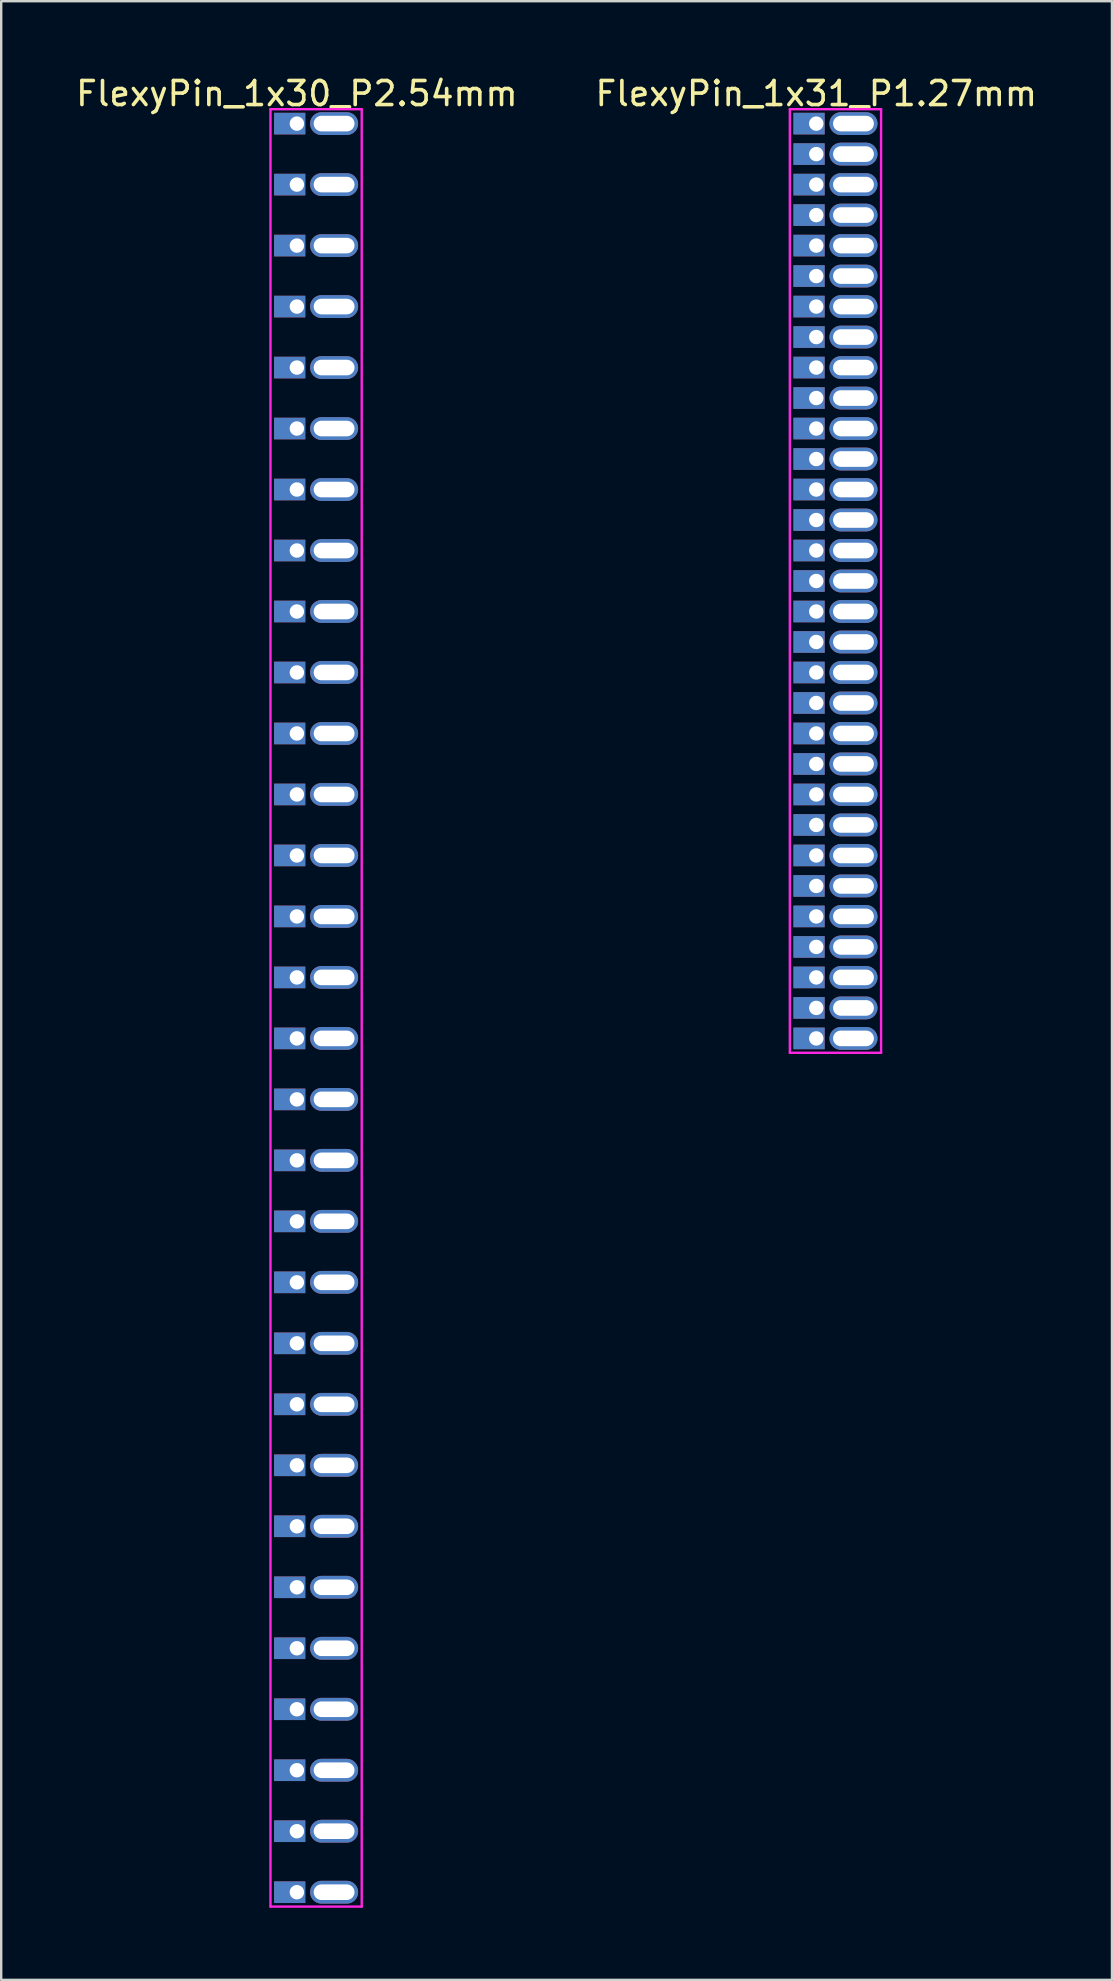
<source format=kicad_pcb>
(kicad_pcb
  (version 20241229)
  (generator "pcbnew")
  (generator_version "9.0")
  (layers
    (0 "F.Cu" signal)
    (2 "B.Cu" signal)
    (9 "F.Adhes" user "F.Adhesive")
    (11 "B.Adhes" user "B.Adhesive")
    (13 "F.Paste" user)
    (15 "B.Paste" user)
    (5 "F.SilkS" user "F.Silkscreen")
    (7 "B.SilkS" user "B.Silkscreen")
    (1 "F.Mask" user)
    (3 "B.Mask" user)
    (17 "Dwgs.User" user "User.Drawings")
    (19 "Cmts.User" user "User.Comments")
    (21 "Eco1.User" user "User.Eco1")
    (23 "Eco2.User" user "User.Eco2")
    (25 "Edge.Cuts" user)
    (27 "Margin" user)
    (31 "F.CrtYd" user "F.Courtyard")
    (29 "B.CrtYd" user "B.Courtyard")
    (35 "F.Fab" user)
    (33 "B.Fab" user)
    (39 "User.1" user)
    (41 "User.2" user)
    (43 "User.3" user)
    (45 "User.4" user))
  (footprint "FlexyPin_1x30_P2.54mm"
    (layer "F.Cu")
    (at 9.315 2.098)
    (property "Reference" "FlexyPin_1x30_P2.54mm" (at 0 -1.25 0) (layer "F.SilkS") (effects (font (size 1 1) (thickness 0.15))))
    (attr through_hole)
    (fp_line (start -1.1 -0.6) (end 2.7 -0.6) (stroke (width 0.1) (type solid)) (layer "F.CrtYd"))
    (fp_line (start -1.1 74.26) (end -1.1 -0.6) (stroke (width 0.1) (type solid)) (layer "F.CrtYd"))
    (fp_line (start 2.7 -0.6) (end 2.7 74.26) (stroke (width 0.1) (type solid)) (layer "F.CrtYd"))
    (fp_line (start 2.7 74.26) (end -1.1 74.26) (stroke (width 0.1) (type solid)) (layer "F.CrtYd"))
    (pad "" thru_hole oval (at 1.55 0) (size 2 0.95) (drill oval 1.7 0.65) (layers "*.Cu" "*.Mask"))
    (pad "" thru_hole oval (at 1.55 2.54) (size 2 0.95) (drill oval 1.7 0.65) (layers "*.Cu" "*.Mask"))
    (pad "" thru_hole oval (at 1.55 5.08) (size 2 0.95) (drill oval 1.7 0.65) (layers "*.Cu" "*.Mask"))
    (pad "" thru_hole oval (at 1.55 7.62) (size 2 0.95) (drill oval 1.7 0.65) (layers "*.Cu" "*.Mask"))
    (pad "" thru_hole oval (at 1.55 10.16) (size 2 0.95) (drill oval 1.7 0.65) (layers "*.Cu" "*.Mask"))
    (pad "" thru_hole oval (at 1.55 12.7) (size 2 0.95) (drill oval 1.7 0.65) (layers "*.Cu" "*.Mask"))
    (pad "" thru_hole oval (at 1.55 15.24) (size 2 0.95) (drill oval 1.7 0.65) (layers "*.Cu" "*.Mask"))
    (pad "" thru_hole oval (at 1.55 17.78) (size 2 0.95) (drill oval 1.7 0.65) (layers "*.Cu" "*.Mask"))
    (pad "" thru_hole oval (at 1.55 20.32) (size 2 0.95) (drill oval 1.7 0.65) (layers "*.Cu" "*.Mask"))
    (pad "" thru_hole oval (at 1.55 22.86) (size 2 0.95) (drill oval 1.7 0.65) (layers "*.Cu" "*.Mask"))
    (pad "" thru_hole oval (at 1.55 25.4) (size 2 0.95) (drill oval 1.7 0.65) (layers "*.Cu" "*.Mask"))
    (pad "" thru_hole oval (at 1.55 27.94) (size 2 0.95) (drill oval 1.7 0.65) (layers "*.Cu" "*.Mask"))
    (pad "" thru_hole oval (at 1.55 30.48) (size 2 0.95) (drill oval 1.7 0.65) (layers "*.Cu" "*.Mask"))
    (pad "" thru_hole oval (at 1.55 33.02) (size 2 0.95) (drill oval 1.7 0.65) (layers "*.Cu" "*.Mask"))
    (pad "" thru_hole oval (at 1.55 35.56) (size 2 0.95) (drill oval 1.7 0.65) (layers "*.Cu" "*.Mask"))
    (pad "" thru_hole oval (at 1.55 38.1) (size 2 0.95) (drill oval 1.7 0.65) (layers "*.Cu" "*.Mask"))
    (pad "" thru_hole oval (at 1.55 40.64) (size 2 0.95) (drill oval 1.7 0.65) (layers "*.Cu" "*.Mask"))
    (pad "" thru_hole oval (at 1.55 43.18) (size 2 0.95) (drill oval 1.7 0.65) (layers "*.Cu" "*.Mask"))
    (pad "" thru_hole oval (at 1.55 45.72) (size 2 0.95) (drill oval 1.7 0.65) (layers "*.Cu" "*.Mask"))
    (pad "" thru_hole oval (at 1.55 48.26) (size 2 0.95) (drill oval 1.7 0.65) (layers "*.Cu" "*.Mask"))
    (pad "" thru_hole oval (at 1.55 50.8) (size 2 0.95) (drill oval 1.7 0.65) (layers "*.Cu" "*.Mask"))
    (pad "" thru_hole oval (at 1.55 53.34) (size 2 0.95) (drill oval 1.7 0.65) (layers "*.Cu" "*.Mask"))
    (pad "" thru_hole oval (at 1.55 55.88) (size 2 0.95) (drill oval 1.7 0.65) (layers "*.Cu" "*.Mask"))
    (pad "" thru_hole oval (at 1.55 58.42) (size 2 0.95) (drill oval 1.7 0.65) (layers "*.Cu" "*.Mask"))
    (pad "" thru_hole oval (at 1.55 60.96) (size 2 0.95) (drill oval 1.7 0.65) (layers "*.Cu" "*.Mask"))
    (pad "" thru_hole oval (at 1.55 63.5) (size 2 0.95) (drill oval 1.7 0.65) (layers "*.Cu" "*.Mask"))
    (pad "" thru_hole oval (at 1.55 66.04) (size 2 0.95) (drill oval 1.7 0.65) (layers "*.Cu" "*.Mask"))
    (pad "" thru_hole oval (at 1.55 68.58) (size 2 0.95) (drill oval 1.7 0.65) (layers "*.Cu" "*.Mask"))
    (pad "" thru_hole oval (at 1.55 71.12) (size 2 0.95) (drill oval 1.7 0.65) (layers "*.Cu" "*.Mask"))
    (pad "" thru_hole oval (at 1.55 73.66) (size 2 0.95) (drill oval 1.7 0.65) (layers "*.Cu" "*.Mask"))
    (pad "1" thru_hole rect (at 0 0) (size 1.3 0.9) (drill 0.6 (offset -0.3 0)) (layers "*.Cu" "*.Mask"))
    (pad "2" thru_hole rect (at 0 2.54) (size 1.3 0.9) (drill 0.6 (offset -0.3 0)) (layers "*.Cu" "*.Mask"))
    (pad "3" thru_hole rect (at 0 5.08) (size 1.3 0.9) (drill 0.6 (offset -0.3 0)) (layers "*.Cu" "*.Mask"))
    (pad "4" thru_hole rect (at 0 7.62) (size 1.3 0.9) (drill 0.6 (offset -0.3 0)) (layers "*.Cu" "*.Mask"))
    (pad "5" thru_hole rect (at 0 10.16) (size 1.3 0.9) (drill 0.6 (offset -0.3 0)) (layers "*.Cu" "*.Mask"))
    (pad "6" thru_hole rect (at 0 12.7) (size 1.3 0.9) (drill 0.6 (offset -0.3 0)) (layers "*.Cu" "*.Mask"))
    (pad "7" thru_hole rect (at 0 15.24) (size 1.3 0.9) (drill 0.6 (offset -0.3 0)) (layers "*.Cu" "*.Mask"))
    (pad "8" thru_hole rect (at 0 17.78) (size 1.3 0.9) (drill 0.6 (offset -0.3 0)) (layers "*.Cu" "*.Mask"))
    (pad "9" thru_hole rect (at 0 20.32) (size 1.3 0.9) (drill 0.6 (offset -0.3 0)) (layers "*.Cu" "*.Mask"))
    (pad "10" thru_hole rect (at 0 22.86) (size 1.3 0.9) (drill 0.6 (offset -0.3 0)) (layers "*.Cu" "*.Mask"))
    (pad "11" thru_hole rect (at 0 25.4) (size 1.3 0.9) (drill 0.6 (offset -0.3 0)) (layers "*.Cu" "*.Mask"))
    (pad "12" thru_hole rect (at 0 27.94) (size 1.3 0.9) (drill 0.6 (offset -0.3 0)) (layers "*.Cu" "*.Mask"))
    (pad "13" thru_hole rect (at 0 30.48) (size 1.3 0.9) (drill 0.6 (offset -0.3 0)) (layers "*.Cu" "*.Mask"))
    (pad "14" thru_hole rect (at 0 33.02) (size 1.3 0.9) (drill 0.6 (offset -0.3 0)) (layers "*.Cu" "*.Mask"))
    (pad "15" thru_hole rect (at 0 35.56) (size 1.3 0.9) (drill 0.6 (offset -0.3 0)) (layers "*.Cu" "*.Mask"))
    (pad "16" thru_hole rect (at 0 38.1) (size 1.3 0.9) (drill 0.6 (offset -0.3 0)) (layers "*.Cu" "*.Mask"))
    (pad "17" thru_hole rect (at 0 40.64) (size 1.3 0.9) (drill 0.6 (offset -0.3 0)) (layers "*.Cu" "*.Mask"))
    (pad "18" thru_hole rect (at 0 43.18) (size 1.3 0.9) (drill 0.6 (offset -0.3 0)) (layers "*.Cu" "*.Mask"))
    (pad "19" thru_hole rect (at 0 45.72) (size 1.3 0.9) (drill 0.6 (offset -0.3 0)) (layers "*.Cu" "*.Mask"))
    (pad "20" thru_hole rect (at 0 48.26) (size 1.3 0.9) (drill 0.6 (offset -0.3 0)) (layers "*.Cu" "*.Mask"))
    (pad "21" thru_hole rect (at 0 50.8) (size 1.3 0.9) (drill 0.6 (offset -0.3 0)) (layers "*.Cu" "*.Mask"))
    (pad "22" thru_hole rect (at 0 53.34) (size 1.3 0.9) (drill 0.6 (offset -0.3 0)) (layers "*.Cu" "*.Mask"))
    (pad "23" thru_hole rect (at 0 55.88) (size 1.3 0.9) (drill 0.6 (offset -0.3 0)) (layers "*.Cu" "*.Mask"))
    (pad "24" thru_hole rect (at 0 58.42) (size 1.3 0.9) (drill 0.6 (offset -0.3 0)) (layers "*.Cu" "*.Mask"))
    (pad "25" thru_hole rect (at 0 60.96) (size 1.3 0.9) (drill 0.6 (offset -0.3 0)) (layers "*.Cu" "*.Mask"))
    (pad "26" thru_hole rect (at 0 63.5) (size 1.3 0.9) (drill 0.6 (offset -0.3 0)) (layers "*.Cu" "*.Mask"))
    (pad "27" thru_hole rect (at 0 66.04) (size 1.3 0.9) (drill 0.6 (offset -0.3 0)) (layers "*.Cu" "*.Mask"))
    (pad "28" thru_hole rect (at 0 68.58) (size 1.3 0.9) (drill 0.6 (offset -0.3 0)) (layers "*.Cu" "*.Mask"))
    (pad "29" thru_hole rect (at 0 71.12) (size 1.3 0.9) (drill 0.6 (offset -0.3 0)) (layers "*.Cu" "*.Mask"))
    (pad "30" thru_hole rect (at 0 73.66) (size 1.3 0.9) (drill 0.6 (offset -0.3 0)) (layers "*.Cu" "*.Mask")))
  (footprint "FlexyPin_1x31_P1.27mm"
    (layer "F.Cu")
    (at 30.946 2.098)
    (property "Reference" "FlexyPin_1x31_P1.27mm" (at 0 -1.25 0) (layer "F.SilkS") (effects (font (size 1 1) (thickness 0.15))))
    (attr through_hole)
    (fp_line (start -1.1 -0.6) (end 2.7 -0.6) (stroke (width 0.1) (type solid)) (layer "F.CrtYd"))
    (fp_line (start -1.1 38.7) (end -1.1 -0.6) (stroke (width 0.1) (type solid)) (layer "F.CrtYd"))
    (fp_line (start 2.7 -0.6) (end 2.7 38.7) (stroke (width 0.1) (type solid)) (layer "F.CrtYd"))
    (fp_line (start 2.7 38.7) (end -1.1 38.7) (stroke (width 0.1) (type solid)) (layer "F.CrtYd"))
    (pad "" thru_hole oval (at 1.55 0) (size 2 0.95) (drill oval 1.7 0.65) (layers "*.Cu" "*.Mask"))
    (pad "" thru_hole oval (at 1.55 1.27) (size 2 0.95) (drill oval 1.7 0.65) (layers "*.Cu" "*.Mask"))
    (pad "" thru_hole oval (at 1.55 2.54) (size 2 0.95) (drill oval 1.7 0.65) (layers "*.Cu" "*.Mask"))
    (pad "" thru_hole oval (at 1.55 3.81) (size 2 0.95) (drill oval 1.7 0.65) (layers "*.Cu" "*.Mask"))
    (pad "" thru_hole oval (at 1.55 5.08) (size 2 0.95) (drill oval 1.7 0.65) (layers "*.Cu" "*.Mask"))
    (pad "" thru_hole oval (at 1.55 6.35) (size 2 0.95) (drill oval 1.7 0.65) (layers "*.Cu" "*.Mask"))
    (pad "" thru_hole oval (at 1.55 7.62) (size 2 0.95) (drill oval 1.7 0.65) (layers "*.Cu" "*.Mask"))
    (pad "" thru_hole oval (at 1.55 8.89) (size 2 0.95) (drill oval 1.7 0.65) (layers "*.Cu" "*.Mask"))
    (pad "" thru_hole oval (at 1.55 10.16) (size 2 0.95) (drill oval 1.7 0.65) (layers "*.Cu" "*.Mask"))
    (pad "" thru_hole oval (at 1.55 11.43) (size 2 0.95) (drill oval 1.7 0.65) (layers "*.Cu" "*.Mask"))
    (pad "" thru_hole oval (at 1.55 12.7) (size 2 0.95) (drill oval 1.7 0.65) (layers "*.Cu" "*.Mask"))
    (pad "" thru_hole oval (at 1.55 13.97) (size 2 0.95) (drill oval 1.7 0.65) (layers "*.Cu" "*.Mask"))
    (pad "" thru_hole oval (at 1.55 15.24) (size 2 0.95) (drill oval 1.7 0.65) (layers "*.Cu" "*.Mask"))
    (pad "" thru_hole oval (at 1.55 16.51) (size 2 0.95) (drill oval 1.7 0.65) (layers "*.Cu" "*.Mask"))
    (pad "" thru_hole oval (at 1.55 17.78) (size 2 0.95) (drill oval 1.7 0.65) (layers "*.Cu" "*.Mask"))
    (pad "" thru_hole oval (at 1.55 19.05) (size 2 0.95) (drill oval 1.7 0.65) (layers "*.Cu" "*.Mask"))
    (pad "" thru_hole oval (at 1.55 20.32) (size 2 0.95) (drill oval 1.7 0.65) (layers "*.Cu" "*.Mask"))
    (pad "" thru_hole oval (at 1.55 21.59) (size 2 0.95) (drill oval 1.7 0.65) (layers "*.Cu" "*.Mask"))
    (pad "" thru_hole oval (at 1.55 22.86) (size 2 0.95) (drill oval 1.7 0.65) (layers "*.Cu" "*.Mask"))
    (pad "" thru_hole oval (at 1.55 24.13) (size 2 0.95) (drill oval 1.7 0.65) (layers "*.Cu" "*.Mask"))
    (pad "" thru_hole oval (at 1.55 25.4) (size 2 0.95) (drill oval 1.7 0.65) (layers "*.Cu" "*.Mask"))
    (pad "" thru_hole oval (at 1.55 26.67) (size 2 0.95) (drill oval 1.7 0.65) (layers "*.Cu" "*.Mask"))
    (pad "" thru_hole oval (at 1.55 27.94) (size 2 0.95) (drill oval 1.7 0.65) (layers "*.Cu" "*.Mask"))
    (pad "" thru_hole oval (at 1.55 29.21) (size 2 0.95) (drill oval 1.7 0.65) (layers "*.Cu" "*.Mask"))
    (pad "" thru_hole oval (at 1.55 30.48) (size 2 0.95) (drill oval 1.7 0.65) (layers "*.Cu" "*.Mask"))
    (pad "" thru_hole oval (at 1.55 31.75) (size 2 0.95) (drill oval 1.7 0.65) (layers "*.Cu" "*.Mask"))
    (pad "" thru_hole oval (at 1.55 33.02) (size 2 0.95) (drill oval 1.7 0.65) (layers "*.Cu" "*.Mask"))
    (pad "" thru_hole oval (at 1.55 34.29) (size 2 0.95) (drill oval 1.7 0.65) (layers "*.Cu" "*.Mask"))
    (pad "" thru_hole oval (at 1.55 35.56) (size 2 0.95) (drill oval 1.7 0.65) (layers "*.Cu" "*.Mask"))
    (pad "" thru_hole oval (at 1.55 36.83) (size 2 0.95) (drill oval 1.7 0.65) (layers "*.Cu" "*.Mask"))
    (pad "" thru_hole oval (at 1.55 38.1) (size 2 0.95) (drill oval 1.7 0.65) (layers "*.Cu" "*.Mask"))
    (pad "1" thru_hole rect (at 0 0) (size 1.3 0.9) (drill 0.6 (offset -0.3 0)) (layers "*.Cu" "*.Mask"))
    (pad "2" thru_hole rect (at 0 1.27) (size 1.3 0.9) (drill 0.6 (offset -0.3 0)) (layers "*.Cu" "*.Mask"))
    (pad "3" thru_hole rect (at 0 2.54) (size 1.3 0.9) (drill 0.6 (offset -0.3 0)) (layers "*.Cu" "*.Mask"))
    (pad "4" thru_hole rect (at 0 3.81) (size 1.3 0.9) (drill 0.6 (offset -0.3 0)) (layers "*.Cu" "*.Mask"))
    (pad "5" thru_hole rect (at 0 5.08) (size 1.3 0.9) (drill 0.6 (offset -0.3 0)) (layers "*.Cu" "*.Mask"))
    (pad "6" thru_hole rect (at 0 6.35) (size 1.3 0.9) (drill 0.6 (offset -0.3 0)) (layers "*.Cu" "*.Mask"))
    (pad "7" thru_hole rect (at 0 7.62) (size 1.3 0.9) (drill 0.6 (offset -0.3 0)) (layers "*.Cu" "*.Mask"))
    (pad "8" thru_hole rect (at 0 8.89) (size 1.3 0.9) (drill 0.6 (offset -0.3 0)) (layers "*.Cu" "*.Mask"))
    (pad "9" thru_hole rect (at 0 10.16) (size 1.3 0.9) (drill 0.6 (offset -0.3 0)) (layers "*.Cu" "*.Mask"))
    (pad "10" thru_hole rect (at 0 11.43) (size 1.3 0.9) (drill 0.6 (offset -0.3 0)) (layers "*.Cu" "*.Mask"))
    (pad "11" thru_hole rect (at 0 12.7) (size 1.3 0.9) (drill 0.6 (offset -0.3 0)) (layers "*.Cu" "*.Mask"))
    (pad "12" thru_hole rect (at 0 13.97) (size 1.3 0.9) (drill 0.6 (offset -0.3 0)) (layers "*.Cu" "*.Mask"))
    (pad "13" thru_hole rect (at 0 15.24) (size 1.3 0.9) (drill 0.6 (offset -0.3 0)) (layers "*.Cu" "*.Mask"))
    (pad "14" thru_hole rect (at 0 16.51) (size 1.3 0.9) (drill 0.6 (offset -0.3 0)) (layers "*.Cu" "*.Mask"))
    (pad "15" thru_hole rect (at 0 17.78) (size 1.3 0.9) (drill 0.6 (offset -0.3 0)) (layers "*.Cu" "*.Mask"))
    (pad "16" thru_hole rect (at 0 19.05) (size 1.3 0.9) (drill 0.6 (offset -0.3 0)) (layers "*.Cu" "*.Mask"))
    (pad "17" thru_hole rect (at 0 20.32) (size 1.3 0.9) (drill 0.6 (offset -0.3 0)) (layers "*.Cu" "*.Mask"))
    (pad "18" thru_hole rect (at 0 21.59) (size 1.3 0.9) (drill 0.6 (offset -0.3 0)) (layers "*.Cu" "*.Mask"))
    (pad "19" thru_hole rect (at 0 22.86) (size 1.3 0.9) (drill 0.6 (offset -0.3 0)) (layers "*.Cu" "*.Mask"))
    (pad "20" thru_hole rect (at 0 24.13) (size 1.3 0.9) (drill 0.6 (offset -0.3 0)) (layers "*.Cu" "*.Mask"))
    (pad "21" thru_hole rect (at 0 25.4) (size 1.3 0.9) (drill 0.6 (offset -0.3 0)) (layers "*.Cu" "*.Mask"))
    (pad "22" thru_hole rect (at 0 26.67) (size 1.3 0.9) (drill 0.6 (offset -0.3 0)) (layers "*.Cu" "*.Mask"))
    (pad "23" thru_hole rect (at 0 27.94) (size 1.3 0.9) (drill 0.6 (offset -0.3 0)) (layers "*.Cu" "*.Mask"))
    (pad "24" thru_hole rect (at 0 29.21) (size 1.3 0.9) (drill 0.6 (offset -0.3 0)) (layers "*.Cu" "*.Mask"))
    (pad "25" thru_hole rect (at 0 30.48) (size 1.3 0.9) (drill 0.6 (offset -0.3 0)) (layers "*.Cu" "*.Mask"))
    (pad "26" thru_hole rect (at 0 31.75) (size 1.3 0.9) (drill 0.6 (offset -0.3 0)) (layers "*.Cu" "*.Mask"))
    (pad "27" thru_hole rect (at 0 33.02) (size 1.3 0.9) (drill 0.6 (offset -0.3 0)) (layers "*.Cu" "*.Mask"))
    (pad "28" thru_hole rect (at 0 34.29) (size 1.3 0.9) (drill 0.6 (offset -0.3 0)) (layers "*.Cu" "*.Mask"))
    (pad "29" thru_hole rect (at 0 35.56) (size 1.3 0.9) (drill 0.6 (offset -0.3 0)) (layers "*.Cu" "*.Mask"))
    (pad "30" thru_hole rect (at 0 36.83) (size 1.3 0.9) (drill 0.6 (offset -0.3 0)) (layers "*.Cu" "*.Mask"))
    (pad "31" thru_hole rect (at 0 38.1) (size 1.3 0.9) (drill 0.6 (offset -0.3 0)) (layers "*.Cu" "*.Mask")))
  (gr_rect
    (start -3 -3)
    (end 43.262 79.408)
    (stroke (width 0.1) (type default))
    (fill no)
    (layer "Edge.Cuts")))
</source>
